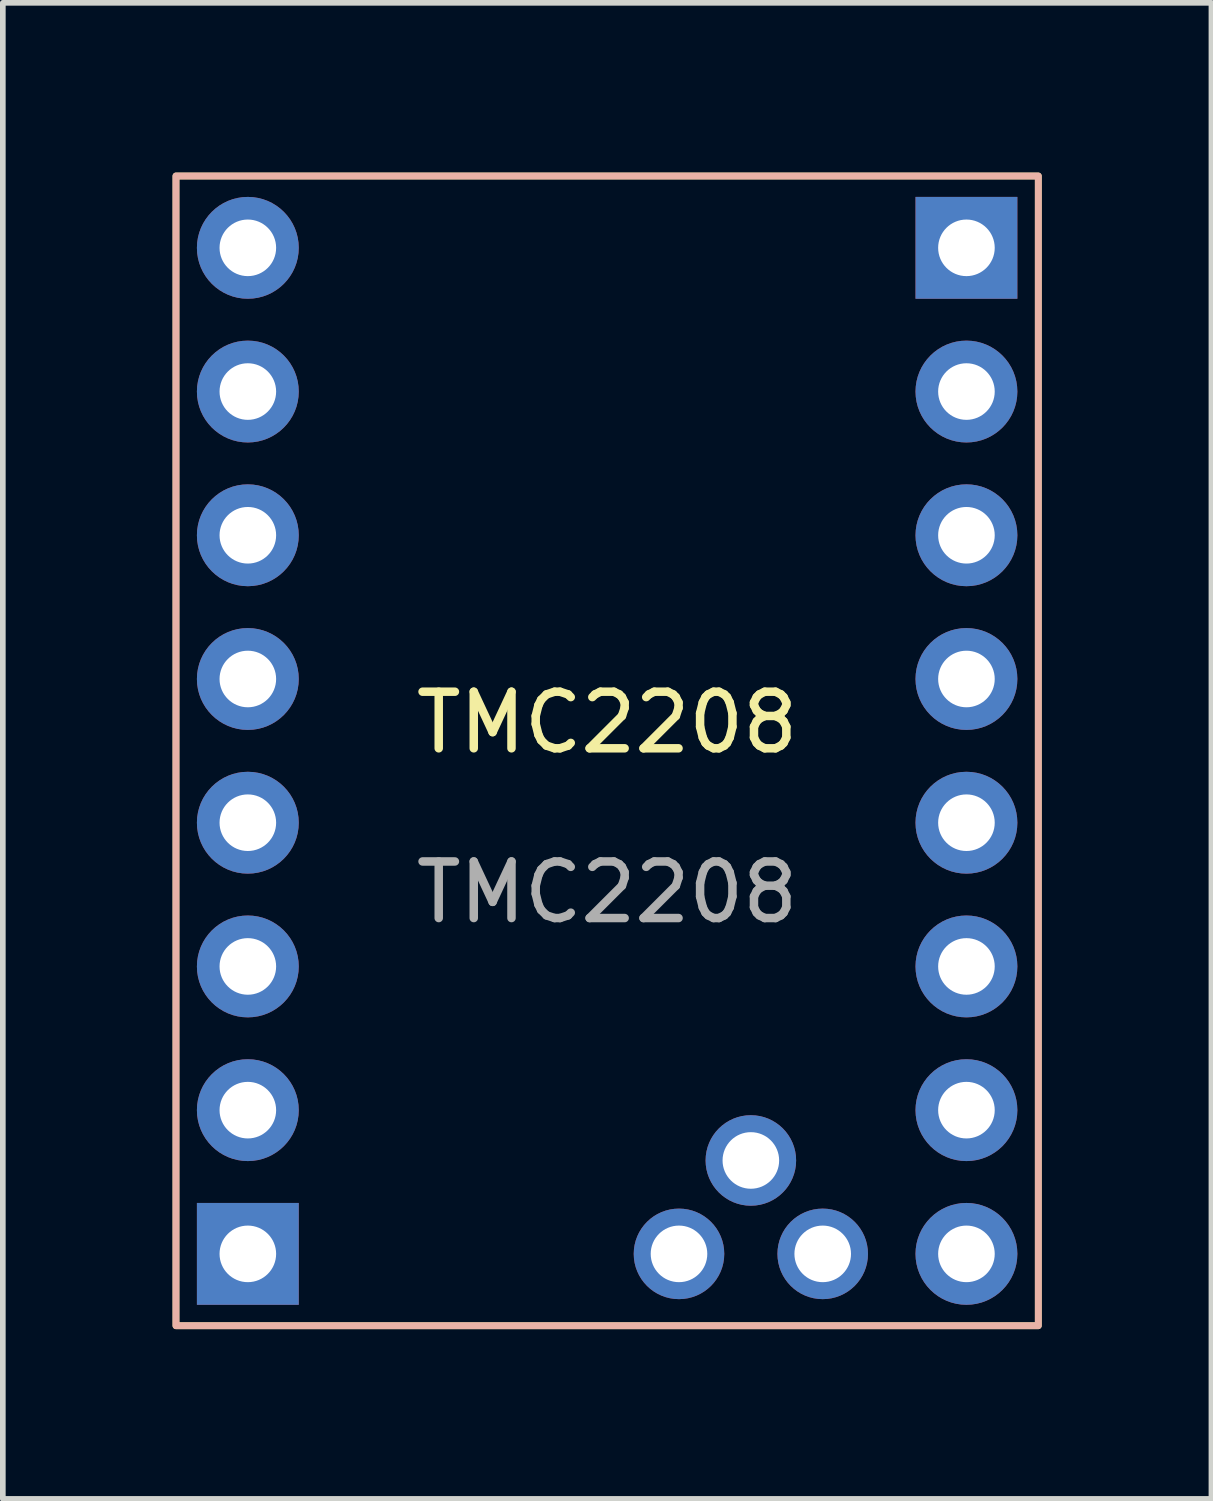
<source format=kicad_pcb>
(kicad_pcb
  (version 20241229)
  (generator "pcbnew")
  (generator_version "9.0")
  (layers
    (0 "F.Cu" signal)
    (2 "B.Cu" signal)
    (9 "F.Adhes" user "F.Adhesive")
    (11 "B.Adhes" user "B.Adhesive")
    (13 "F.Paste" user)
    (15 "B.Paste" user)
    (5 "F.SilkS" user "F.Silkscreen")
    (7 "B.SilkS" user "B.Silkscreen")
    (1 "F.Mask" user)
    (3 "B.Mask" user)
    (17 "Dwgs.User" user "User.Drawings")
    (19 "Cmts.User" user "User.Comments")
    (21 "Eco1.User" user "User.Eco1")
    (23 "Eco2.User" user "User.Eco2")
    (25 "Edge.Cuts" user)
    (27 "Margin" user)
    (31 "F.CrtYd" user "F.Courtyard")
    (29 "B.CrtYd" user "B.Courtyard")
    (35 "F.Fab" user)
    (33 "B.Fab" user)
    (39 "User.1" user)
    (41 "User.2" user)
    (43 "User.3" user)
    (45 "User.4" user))
  (footprint "TMC2208"
    (layer "F.Cu")
    (at 7.68 10.22)
    (property "Reference" "TMC2208" (at 0 -0.5 0) (unlocked yes) (layer "F.SilkS") (effects (font (size 1 1) (thickness 0.15))))
    (attr through_hole)
    (fp_rect (start -7.62 -10.16) (end 7.62 10.16) (stroke (width 0.12) (type solid)) (fill no) (layer "F.SilkS"))
    (fp_rect (start -7.62 -10.16) (end 7.62 10.16) (stroke (width 0.12) (type solid)) (fill no) (layer "B.SilkS"))
    (fp_text user "${REFERENCE}" (at 0 2.5 0) (unlocked yes) (layer "F.Fab") (effects (font (size 1 1) (thickness 0.15))))
    (pad "JP1_1" thru_hole rect (at 6.35 -8.89) (size 1.8 1.8) (drill 1) (layers "*.Cu" "*.Mask"))
    (pad "JP1_2" thru_hole circle (at 6.35 -6.35) (size 1.8 1.8) (drill 1) (layers "*.Cu" "*.Mask"))
    (pad "JP1_3" thru_hole circle (at 6.35 -3.81) (size 1.8 1.8) (drill 1) (layers "*.Cu" "*.Mask"))
    (pad "JP1_4" thru_hole circle (at 6.35 -1.27) (size 1.8 1.8) (drill 1) (layers "*.Cu" "*.Mask"))
    (pad "JP1_5" thru_hole circle (at 6.35 1.27) (size 1.8 1.8) (drill 1) (layers "*.Cu" "*.Mask"))
    (pad "JP1_6" thru_hole circle (at 6.35 3.81) (size 1.8 1.8) (drill 1) (layers "*.Cu" "*.Mask"))
    (pad "JP1_7" thru_hole circle (at 6.35 6.35) (size 1.8 1.8) (drill 1) (layers "*.Cu" "*.Mask"))
    (pad "JP1_8" thru_hole circle (at 6.35 8.89) (size 1.8 1.8) (drill 1) (layers "*.Cu" "*.Mask"))
    (pad "JP2_1" thru_hole rect (at -6.35 8.89) (size 1.8 1.8) (drill 1) (layers "*.Cu" "*.Mask"))
    (pad "JP2_2" thru_hole circle (at -6.35 6.35) (size 1.8 1.8) (drill 1) (layers "*.Cu" "*.Mask"))
    (pad "JP2_3" thru_hole circle (at -6.35 3.81) (size 1.8 1.8) (drill 1) (layers "*.Cu" "*.Mask"))
    (pad "JP2_4" thru_hole circle (at -6.35 1.27) (size 1.8 1.8) (drill 1) (layers "*.Cu" "*.Mask"))
    (pad "JP2_5" thru_hole circle (at -6.35 -1.27) (size 1.8 1.8) (drill 1) (layers "*.Cu" "*.Mask"))
    (pad "JP2_6" thru_hole circle (at -6.35 -3.81) (size 1.8 1.8) (drill 1) (layers "*.Cu" "*.Mask"))
    (pad "JP2_7" thru_hole circle (at -6.35 -6.35) (size 1.8 1.8) (drill 1) (layers "*.Cu" "*.Mask"))
    (pad "JP2_8" thru_hole circle (at -6.35 -8.89) (size 1.8 1.8) (drill 1) (layers "*.Cu" "*.Mask"))
    (pad "JP3_1" thru_hole circle (at 1.27 8.89) (size 1.6 1.6) (drill 1) (layers "*.Cu" "*.Mask"))
    (pad "JP3_2" thru_hole circle (at 3.81 8.89) (size 1.6 1.6) (drill 1) (layers "*.Cu" "*.Mask"))
    (pad "VREF" thru_hole circle (at 2.54 7.239) (size 1.6 1.6) (drill 1) (layers "*.Cu" "*.Mask")))
  (gr_rect
    (start -3 -3)
    (end 18.36 23.44)
    (stroke (width 0.1) (type default))
    (fill no)
    (layer "Edge.Cuts")))
</source>
